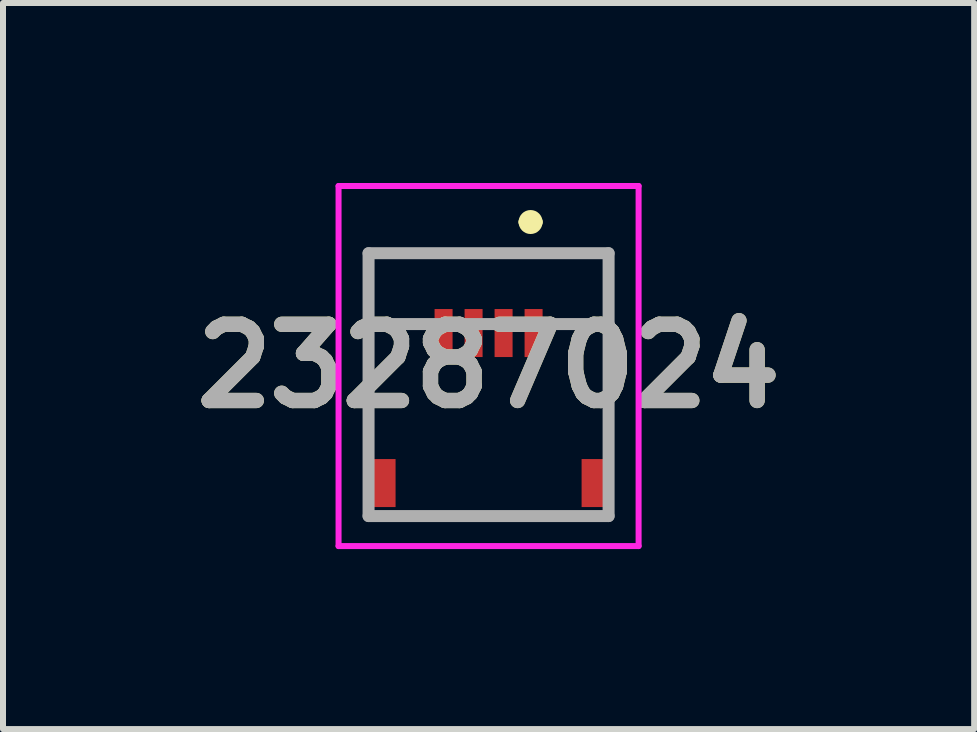
<source format=kicad_pcb>
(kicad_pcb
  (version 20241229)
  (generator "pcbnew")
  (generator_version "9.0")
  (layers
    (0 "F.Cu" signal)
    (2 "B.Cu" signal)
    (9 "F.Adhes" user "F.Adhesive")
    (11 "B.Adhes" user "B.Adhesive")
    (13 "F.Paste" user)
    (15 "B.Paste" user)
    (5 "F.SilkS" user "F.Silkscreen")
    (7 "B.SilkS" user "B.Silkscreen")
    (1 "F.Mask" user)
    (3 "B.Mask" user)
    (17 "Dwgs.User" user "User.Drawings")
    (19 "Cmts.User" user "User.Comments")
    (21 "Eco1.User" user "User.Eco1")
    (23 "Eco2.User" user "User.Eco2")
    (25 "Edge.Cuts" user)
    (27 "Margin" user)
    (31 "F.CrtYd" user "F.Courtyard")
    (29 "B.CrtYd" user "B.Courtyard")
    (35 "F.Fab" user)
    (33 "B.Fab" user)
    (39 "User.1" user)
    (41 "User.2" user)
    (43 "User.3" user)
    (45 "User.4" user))
  (footprint "23287024"
    (layer "F.Cu")
    (at 5.092 3.95)
    (property "Reference" "23287024" (at 0 -0.9 0) (layer "F.SilkS") (effects (font (size 1.27 1.27) (thickness 0.254))))
    (attr smd)
    (fp_line (start -2 -1.6) (end -1.5 -1.6) (stroke (width 0.1) (type solid)) (layer "F.SilkS"))
    (fp_line (start -2 0.1) (end -2 -1.6) (stroke (width 0.1) (type solid)) (layer "F.SilkS"))
    (fp_line (start -1 1.6) (end 1 1.6) (stroke (width 0.1) (type solid)) (layer "F.SilkS"))
    (fp_line (start 0.6 -3.3) (end 0.6 -3.3) (stroke (width 0.2) (type solid)) (layer "F.SilkS"))
    (fp_line (start 0.8 -3.3) (end 0.8 -3.3) (stroke (width 0.2) (type solid)) (layer "F.SilkS"))
    (fp_line (start 2 -1.6) (end 1.5 -1.6) (stroke (width 0.1) (type solid)) (layer "F.SilkS"))
    (fp_line (start 2 0.1) (end 2 -1.6) (stroke (width 0.1) (type solid)) (layer "F.SilkS"))
    (fp_arc (start 0.6 -3.3) (mid 0.7 -3.4) (end 0.8 -3.3) (stroke (width 0.2) (type solid)) (layer "F.SilkS"))
    (fp_arc (start 0.8 -3.3) (mid 0.7 -3.2) (end 0.6 -3.3) (stroke (width 0.2) (type solid)) (layer "F.SilkS"))
    (fp_line (start -2.5 -3.9) (end 2.5 -3.9) (stroke (width 0.1) (type solid)) (layer "F.CrtYd"))
    (fp_line (start -2.5 2.1) (end -2.5 -3.9) (stroke (width 0.1) (type solid)) (layer "F.CrtYd"))
    (fp_line (start 2.5 -3.9) (end 2.5 2.1) (stroke (width 0.1) (type solid)) (layer "F.CrtYd"))
    (fp_line (start 2.5 2.1) (end -2.5 2.1) (stroke (width 0.1) (type solid)) (layer "F.CrtYd"))
    (fp_line (start -2 -2.78) (end 2 -2.78) (stroke (width 0.2) (type solid)) (layer "F.Fab"))
    (fp_line (start -2 -1.6) (end 2 -1.6) (stroke (width 0.2) (type solid)) (layer "F.Fab"))
    (fp_line (start -2 1.6) (end -2 -2.78) (stroke (width 0.2) (type solid)) (layer "F.Fab"))
    (fp_line (start 2 -2.78) (end 2 1.6) (stroke (width 0.2) (type solid)) (layer "F.Fab"))
    (fp_line (start 2 1.6) (end -2 1.6) (stroke (width 0.2) (type solid)) (layer "F.Fab"))
    (fp_text user "${REFERENCE}" (at 0 -0.9 0) (layer "F.Fab") (effects (font (size 1.27 1.27) (thickness 0.254))))
    (pad "1" smd rect (at 0.75 -1.45) (size 0.3 0.8) (layers "F.Cu" "F.Mask" "F.Paste"))
    (pad "2" smd rect (at 0.25 -1.45) (size 0.3 0.8) (layers "F.Cu" "F.Mask" "F.Paste"))
    (pad "3" smd rect (at -0.25 -1.45) (size 0.3 0.8) (layers "F.Cu" "F.Mask" "F.Paste"))
    (pad "4" smd rect (at -0.75 -1.45) (size 0.3 0.8) (layers "F.Cu" "F.Mask" "F.Paste"))
    (pad "MP1" smd rect (at 1.75 1.05) (size 0.4 0.8) (layers "F.Cu" "F.Mask" "F.Paste"))
    (pad "MP2" smd rect (at -1.75 1.05) (size 0.4 0.8) (layers "F.Cu" "F.Mask" "F.Paste")))
  (gr_rect
    (start -3 -3)
    (end 13.184 9.1)
    (stroke (width 0.1) (type default))
    (fill no)
    (layer "Edge.Cuts")))
</source>
